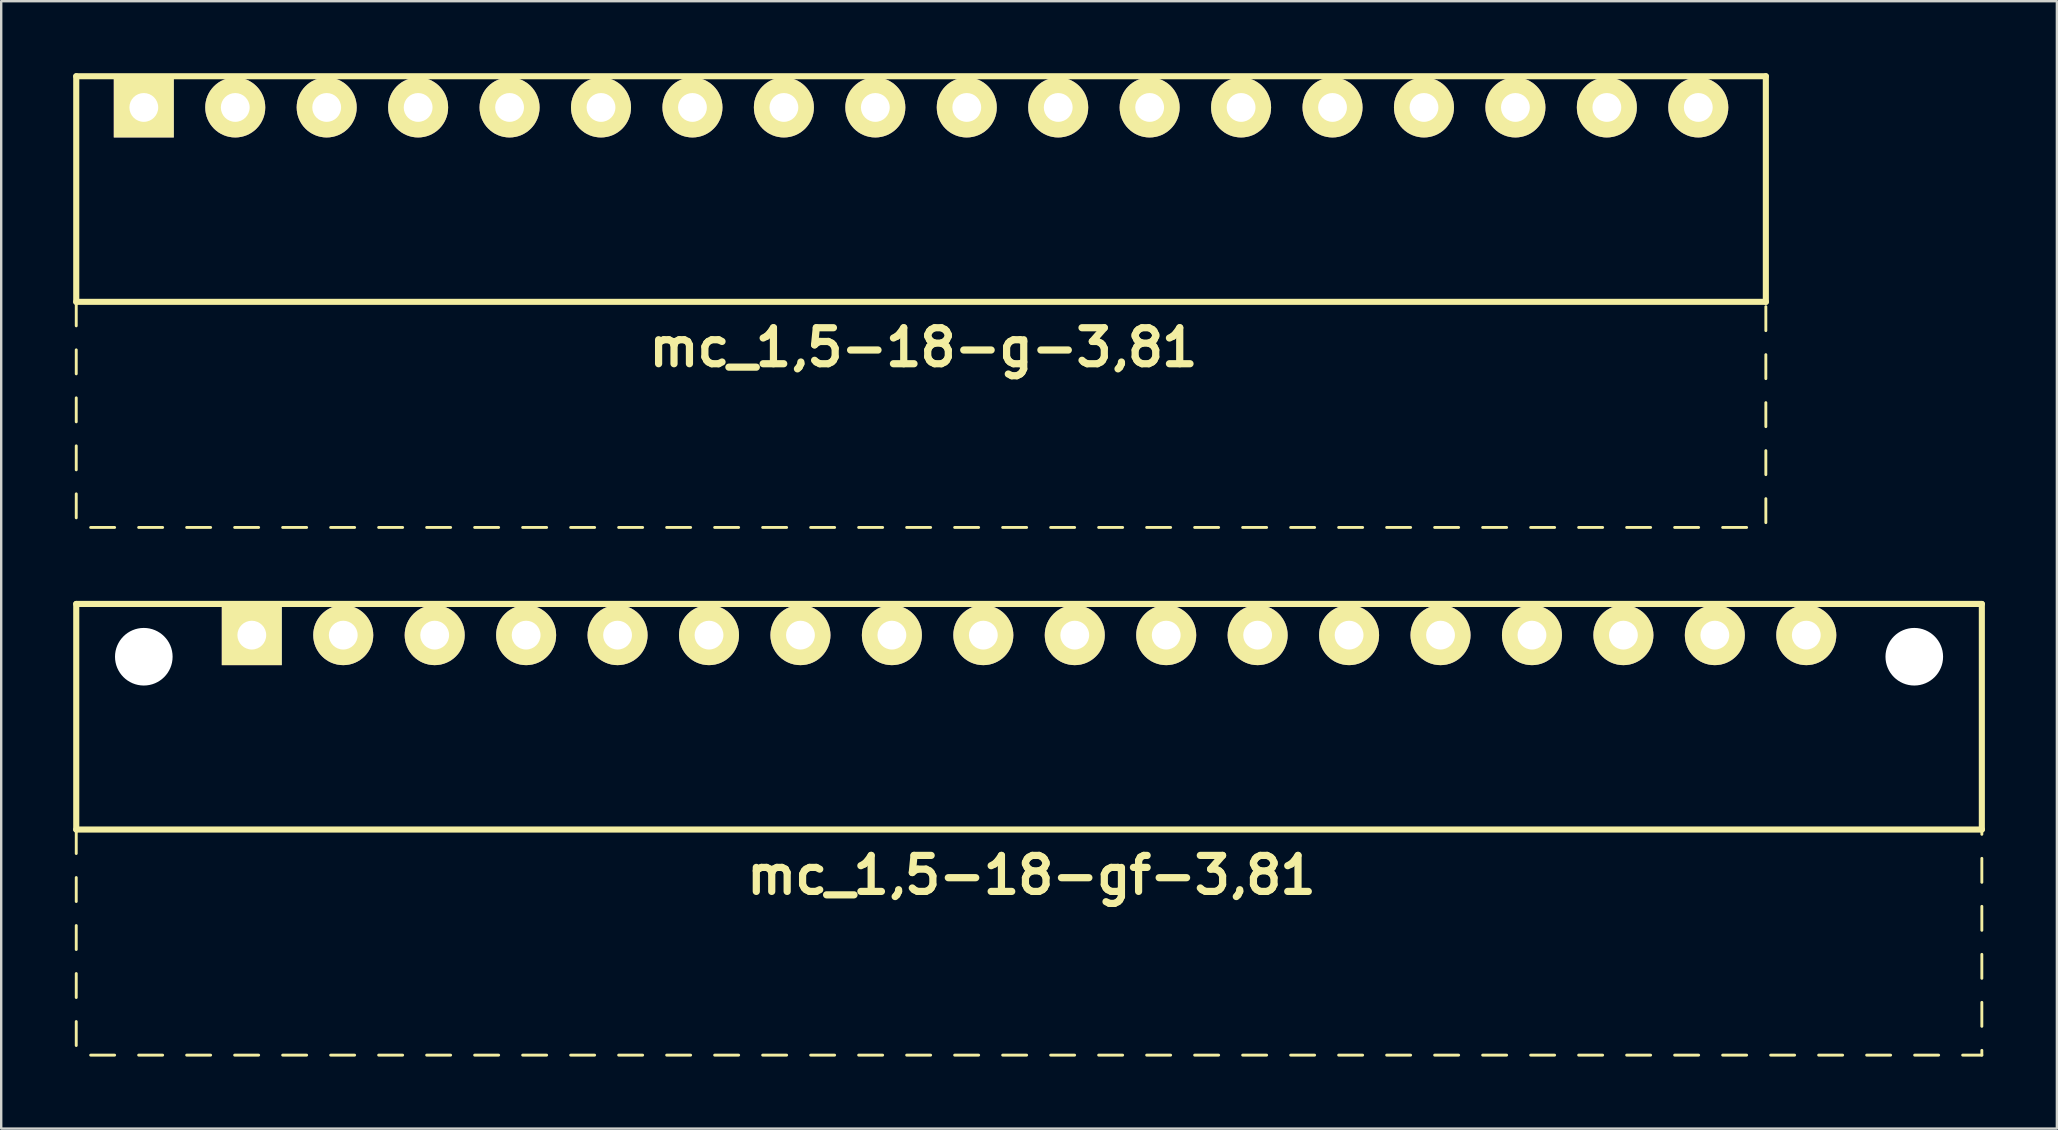
<source format=kicad_pcb>
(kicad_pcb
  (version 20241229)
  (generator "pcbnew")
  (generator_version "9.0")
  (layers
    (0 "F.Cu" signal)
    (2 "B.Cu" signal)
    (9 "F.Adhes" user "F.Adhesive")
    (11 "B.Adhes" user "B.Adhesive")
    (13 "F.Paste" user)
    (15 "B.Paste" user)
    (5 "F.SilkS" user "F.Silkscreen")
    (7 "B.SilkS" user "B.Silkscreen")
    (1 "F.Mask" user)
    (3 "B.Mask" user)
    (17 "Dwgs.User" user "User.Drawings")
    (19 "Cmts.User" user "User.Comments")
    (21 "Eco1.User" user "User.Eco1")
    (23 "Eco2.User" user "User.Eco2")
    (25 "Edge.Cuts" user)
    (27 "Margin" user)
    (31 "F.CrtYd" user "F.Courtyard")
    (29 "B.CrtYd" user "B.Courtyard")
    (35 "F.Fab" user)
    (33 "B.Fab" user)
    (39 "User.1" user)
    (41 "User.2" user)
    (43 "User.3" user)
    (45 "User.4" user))
  (footprint "mc_1,5-18-g-3,81"
    (layer "F.Cu")
    (at 35.327 1.427)
    (property "Reference" "mc_1,5-18-g-3,81" (at 0.1 10 0) (layer "F.SilkS") (effects (font (size 1.5 1.5) (thickness 0.3))))
    (attr through_hole)
    (fp_line (start -35.2 -1.3) (end -35.2 8.1) (stroke (width 0.254) (type solid)) (layer "F.SilkS"))
    (fp_line (start -35.2 -1.3) (end 35.2 -1.3) (stroke (width 0.254) (type solid)) (layer "F.SilkS"))
    (fp_line (start -35.2 8.1) (end -35.2 9.1) (stroke (width 0.12) (type solid)) (layer "F.SilkS"))
    (fp_line (start -35.2 8.1) (end 35.2 8.1) (stroke (width 0.254) (type solid)) (layer "F.SilkS"))
    (fp_line (start -35.2 10.1) (end -35.2 11.1) (stroke (width 0.12) (type solid)) (layer "F.SilkS"))
    (fp_line (start -35.2 12.1) (end -35.2 13.1) (stroke (width 0.12) (type solid)) (layer "F.SilkS"))
    (fp_line (start -35.2 14.1) (end -35.2 15.1) (stroke (width 0.12) (type solid)) (layer "F.SilkS"))
    (fp_line (start -35.2 16.1) (end -35.2 17.1) (stroke (width 0.12) (type solid)) (layer "F.SilkS"))
    (fp_line (start -34.6 17.5) (end -33.6 17.5) (stroke (width 0.12) (type solid)) (layer "F.SilkS"))
    (fp_line (start -32.6 17.5) (end -31.6 17.5) (stroke (width 0.12) (type solid)) (layer "F.SilkS"))
    (fp_line (start -30.6 17.5) (end -29.6 17.5) (stroke (width 0.12) (type solid)) (layer "F.SilkS"))
    (fp_line (start -28.6 17.5) (end -27.6 17.5) (stroke (width 0.12) (type solid)) (layer "F.SilkS"))
    (fp_line (start -26.6 17.5) (end -25.6 17.5) (stroke (width 0.12) (type solid)) (layer "F.SilkS"))
    (fp_line (start -24.6 17.5) (end -23.6 17.5) (stroke (width 0.12) (type solid)) (layer "F.SilkS"))
    (fp_line (start -22.6 17.5) (end -21.6 17.5) (stroke (width 0.12) (type solid)) (layer "F.SilkS"))
    (fp_line (start -20.6 17.5) (end -19.6 17.5) (stroke (width 0.12) (type solid)) (layer "F.SilkS"))
    (fp_line (start -18.6 17.5) (end -17.6 17.5) (stroke (width 0.12) (type solid)) (layer "F.SilkS"))
    (fp_line (start -16.6 17.5) (end -15.6 17.5) (stroke (width 0.12) (type solid)) (layer "F.SilkS"))
    (fp_line (start -14.6 17.5) (end -13.6 17.5) (stroke (width 0.12) (type solid)) (layer "F.SilkS"))
    (fp_line (start -12.6 17.5) (end -11.6 17.5) (stroke (width 0.12) (type solid)) (layer "F.SilkS"))
    (fp_line (start -10.6 17.5) (end -9.6 17.5) (stroke (width 0.12) (type solid)) (layer "F.SilkS"))
    (fp_line (start -8.6 17.5) (end -7.6 17.5) (stroke (width 0.12) (type solid)) (layer "F.SilkS"))
    (fp_line (start -6.6 17.5) (end -5.6 17.5) (stroke (width 0.12) (type solid)) (layer "F.SilkS"))
    (fp_line (start -4.6 17.5) (end -3.6 17.5) (stroke (width 0.12) (type solid)) (layer "F.SilkS"))
    (fp_line (start -2.6 17.5) (end -1.6 17.5) (stroke (width 0.12) (type solid)) (layer "F.SilkS"))
    (fp_line (start -0.6 17.5) (end 0.4 17.5) (stroke (width 0.12) (type solid)) (layer "F.SilkS"))
    (fp_line (start 1.4 17.5) (end 2.4 17.5) (stroke (width 0.12) (type solid)) (layer "F.SilkS"))
    (fp_line (start 3.4 17.5) (end 4.4 17.5) (stroke (width 0.12) (type solid)) (layer "F.SilkS"))
    (fp_line (start 5.4 17.5) (end 6.4 17.5) (stroke (width 0.12) (type solid)) (layer "F.SilkS"))
    (fp_line (start 7.4 17.5) (end 8.4 17.5) (stroke (width 0.12) (type solid)) (layer "F.SilkS"))
    (fp_line (start 9.4 17.5) (end 10.4 17.5) (stroke (width 0.12) (type solid)) (layer "F.SilkS"))
    (fp_line (start 11.4 17.5) (end 12.4 17.5) (stroke (width 0.12) (type solid)) (layer "F.SilkS"))
    (fp_line (start 13.4 17.5) (end 14.4 17.5) (stroke (width 0.12) (type solid)) (layer "F.SilkS"))
    (fp_line (start 15.4 17.5) (end 16.4 17.5) (stroke (width 0.12) (type solid)) (layer "F.SilkS"))
    (fp_line (start 17.4 17.5) (end 18.4 17.5) (stroke (width 0.12) (type solid)) (layer "F.SilkS"))
    (fp_line (start 19.4 17.5) (end 20.4 17.5) (stroke (width 0.12) (type solid)) (layer "F.SilkS"))
    (fp_line (start 21.4 17.5) (end 22.4 17.5) (stroke (width 0.12) (type solid)) (layer "F.SilkS"))
    (fp_line (start 23.4 17.5) (end 24.4 17.5) (stroke (width 0.12) (type solid)) (layer "F.SilkS"))
    (fp_line (start 25.4 17.5) (end 26.4 17.5) (stroke (width 0.12) (type solid)) (layer "F.SilkS"))
    (fp_line (start 27.4 17.5) (end 28.4 17.5) (stroke (width 0.12) (type solid)) (layer "F.SilkS"))
    (fp_line (start 29.4 17.5) (end 30.4 17.5) (stroke (width 0.12) (type solid)) (layer "F.SilkS"))
    (fp_line (start 31.4 17.5) (end 32.4 17.5) (stroke (width 0.12) (type solid)) (layer "F.SilkS"))
    (fp_line (start 33.4 17.5) (end 34.4 17.5) (stroke (width 0.12) (type solid)) (layer "F.SilkS"))
    (fp_line (start 35.2 -1.3) (end 35.2 8.1) (stroke (width 0.254) (type solid)) (layer "F.SilkS"))
    (fp_line (start 35.2 8.3) (end 35.2 9.3) (stroke (width 0.12) (type solid)) (layer "F.SilkS"))
    (fp_line (start 35.2 10.3) (end 35.2 11.3) (stroke (width 0.12) (type solid)) (layer "F.SilkS"))
    (fp_line (start 35.2 12.3) (end 35.2 13.3) (stroke (width 0.12) (type solid)) (layer "F.SilkS"))
    (fp_line (start 35.2 14.3) (end 35.2 15.3) (stroke (width 0.12) (type solid)) (layer "F.SilkS"))
    (fp_line (start 35.2 17.3) (end 35.2 16.3) (stroke (width 0.12) (type solid)) (layer "F.SilkS"))
    (pad "1" thru_hole rect (at -32.385 0) (size 2.5 2.5) (drill 1.2) (layers "*.Cu" "*.Mask" "F.SilkS"))
    (pad "2" thru_hole circle (at -28.575 0) (size 2.5 2.5) (drill 1.2) (layers "*.Cu" "*.Mask" "F.SilkS"))
    (pad "3" thru_hole circle (at -24.765 0) (size 2.5 2.5) (drill 1.2) (layers "*.Cu" "*.Mask" "F.SilkS"))
    (pad "4" thru_hole circle (at -20.955 0) (size 2.5 2.5) (drill 1.2) (layers "*.Cu" "*.Mask" "F.SilkS"))
    (pad "5" thru_hole circle (at -17.145 0) (size 2.5 2.5) (drill 1.2) (layers "*.Cu" "*.Mask" "F.SilkS"))
    (pad "6" thru_hole circle (at -13.335 0) (size 2.5 2.5) (drill 1.2) (layers "*.Cu" "*.Mask" "F.SilkS"))
    (pad "7" thru_hole circle (at -9.525 0) (size 2.5 2.5) (drill 1.2) (layers "*.Cu" "*.Mask" "F.SilkS"))
    (pad "8" thru_hole circle (at -5.715 0) (size 2.5 2.5) (drill 1.2) (layers "*.Cu" "*.Mask" "F.SilkS"))
    (pad "9" thru_hole circle (at -1.905 0) (size 2.5 2.5) (drill 1.2) (layers "*.Cu" "*.Mask" "F.SilkS"))
    (pad "10" thru_hole circle (at 1.905 0) (size 2.5 2.5) (drill 1.2) (layers "*.Cu" "*.Mask" "F.SilkS"))
    (pad "11" thru_hole circle (at 5.715 0) (size 2.5 2.5) (drill 1.2) (layers "*.Cu" "*.Mask" "F.SilkS"))
    (pad "12" thru_hole circle (at 9.525 0) (size 2.5 2.5) (drill 1.2) (layers "*.Cu" "*.Mask" "F.SilkS"))
    (pad "13" thru_hole circle (at 13.335 0) (size 2.5 2.5) (drill 1.2) (layers "*.Cu" "*.Mask" "F.SilkS"))
    (pad "14" thru_hole circle (at 17.145 0) (size 2.5 2.5) (drill 1.2) (layers "*.Cu" "*.Mask" "F.SilkS"))
    (pad "15" thru_hole circle (at 20.955 0) (size 2.5 2.5) (drill 1.2) (layers "*.Cu" "*.Mask" "F.SilkS"))
    (pad "16" thru_hole circle (at 24.765 0) (size 2.5 2.5) (drill 1.2) (layers "*.Cu" "*.Mask" "F.SilkS"))
    (pad "17" thru_hole circle (at 28.575 0) (size 2.5 2.5) (drill 1.2) (layers "*.Cu" "*.Mask" "F.SilkS"))
    (pad "18" thru_hole circle (at 32.385 0) (size 2.5 2.5) (drill 1.2) (layers "*.Cu" "*.Mask" "F.SilkS")))
  (footprint "mc_1,5-18-gf-3,81"
    (layer "F.Cu")
    (at 39.827 23.414)
    (property "Reference" "mc_1,5-18-gf-3,81" (at 0.1 10 0) (layer "F.SilkS") (effects (font (size 1.5 1.5) (thickness 0.3))))
    (attr through_hole)
    (fp_line (start -39.7 -1.3) (end -39.7 8.1) (stroke (width 0.254) (type solid)) (layer "F.SilkS"))
    (fp_line (start -39.7 -1.3) (end 39.7 -1.3) (stroke (width 0.254) (type solid)) (layer "F.SilkS"))
    (fp_line (start -39.7 8.1) (end -39.7 9.1) (stroke (width 0.12) (type solid)) (layer "F.SilkS"))
    (fp_line (start -39.7 8.1) (end 39.7 8.1) (stroke (width 0.254) (type solid)) (layer "F.SilkS"))
    (fp_line (start -39.7 10.1) (end -39.7 11.1) (stroke (width 0.12) (type solid)) (layer "F.SilkS"))
    (fp_line (start -39.7 12.1) (end -39.7 13.1) (stroke (width 0.12) (type solid)) (layer "F.SilkS"))
    (fp_line (start -39.7 14.1) (end -39.7 15.1) (stroke (width 0.12) (type solid)) (layer "F.SilkS"))
    (fp_line (start -39.7 16.1) (end -39.7 17.1) (stroke (width 0.12) (type solid)) (layer "F.SilkS"))
    (fp_line (start -39.1 17.5) (end -38.1 17.5) (stroke (width 0.12) (type solid)) (layer "F.SilkS"))
    (fp_line (start -37.1 17.5) (end -36.1 17.5) (stroke (width 0.12) (type solid)) (layer "F.SilkS"))
    (fp_line (start -35.1 17.5) (end -34.1 17.5) (stroke (width 0.12) (type solid)) (layer "F.SilkS"))
    (fp_line (start -33.1 17.5) (end -32.1 17.5) (stroke (width 0.12) (type solid)) (layer "F.SilkS"))
    (fp_line (start -31.1 17.5) (end -30.1 17.5) (stroke (width 0.12) (type solid)) (layer "F.SilkS"))
    (fp_line (start -29.1 17.5) (end -28.1 17.5) (stroke (width 0.12) (type solid)) (layer "F.SilkS"))
    (fp_line (start -27.1 17.5) (end -26.1 17.5) (stroke (width 0.12) (type solid)) (layer "F.SilkS"))
    (fp_line (start -25.1 17.5) (end -24.1 17.5) (stroke (width 0.12) (type solid)) (layer "F.SilkS"))
    (fp_line (start -23.1 17.5) (end -22.1 17.5) (stroke (width 0.12) (type solid)) (layer "F.SilkS"))
    (fp_line (start -21.1 17.5) (end -20.1 17.5) (stroke (width 0.12) (type solid)) (layer "F.SilkS"))
    (fp_line (start -19.1 17.5) (end -18.1 17.5) (stroke (width 0.12) (type solid)) (layer "F.SilkS"))
    (fp_line (start -17.1 17.5) (end -16.1 17.5) (stroke (width 0.12) (type solid)) (layer "F.SilkS"))
    (fp_line (start -15.1 17.5) (end -14.1 17.5) (stroke (width 0.12) (type solid)) (layer "F.SilkS"))
    (fp_line (start -13.1 17.5) (end -12.1 17.5) (stroke (width 0.12) (type solid)) (layer "F.SilkS"))
    (fp_line (start -11.1 17.5) (end -10.1 17.5) (stroke (width 0.12) (type solid)) (layer "F.SilkS"))
    (fp_line (start -9.1 17.5) (end -8.1 17.5) (stroke (width 0.12) (type solid)) (layer "F.SilkS"))
    (fp_line (start -7.1 17.5) (end -6.1 17.5) (stroke (width 0.12) (type solid)) (layer "F.SilkS"))
    (fp_line (start -5.1 17.5) (end -4.1 17.5) (stroke (width 0.12) (type solid)) (layer "F.SilkS"))
    (fp_line (start -3.1 17.5) (end -2.1 17.5) (stroke (width 0.12) (type solid)) (layer "F.SilkS"))
    (fp_line (start -1.1 17.5) (end -0.1 17.5) (stroke (width 0.12) (type solid)) (layer "F.SilkS"))
    (fp_line (start 0.9 17.5) (end 1.9 17.5) (stroke (width 0.12) (type solid)) (layer "F.SilkS"))
    (fp_line (start 2.9 17.5) (end 3.9 17.5) (stroke (width 0.12) (type solid)) (layer "F.SilkS"))
    (fp_line (start 4.9 17.5) (end 5.9 17.5) (stroke (width 0.12) (type solid)) (layer "F.SilkS"))
    (fp_line (start 6.9 17.5) (end 7.9 17.5) (stroke (width 0.12) (type solid)) (layer "F.SilkS"))
    (fp_line (start 8.9 17.5) (end 9.9 17.5) (stroke (width 0.12) (type solid)) (layer "F.SilkS"))
    (fp_line (start 10.9 17.5) (end 11.9 17.5) (stroke (width 0.12) (type solid)) (layer "F.SilkS"))
    (fp_line (start 12.9 17.5) (end 13.9 17.5) (stroke (width 0.12) (type solid)) (layer "F.SilkS"))
    (fp_line (start 14.9 17.5) (end 15.9 17.5) (stroke (width 0.12) (type solid)) (layer "F.SilkS"))
    (fp_line (start 16.9 17.5) (end 17.9 17.5) (stroke (width 0.12) (type solid)) (layer "F.SilkS"))
    (fp_line (start 18.9 17.5) (end 19.9 17.5) (stroke (width 0.12) (type solid)) (layer "F.SilkS"))
    (fp_line (start 20.9 17.5) (end 21.9 17.5) (stroke (width 0.12) (type solid)) (layer "F.SilkS"))
    (fp_line (start 22.9 17.5) (end 23.9 17.5) (stroke (width 0.12) (type solid)) (layer "F.SilkS"))
    (fp_line (start 24.9 17.5) (end 25.9 17.5) (stroke (width 0.12) (type solid)) (layer "F.SilkS"))
    (fp_line (start 26.9 17.5) (end 27.9 17.5) (stroke (width 0.12) (type solid)) (layer "F.SilkS"))
    (fp_line (start 28.9 17.5) (end 29.9 17.5) (stroke (width 0.12) (type solid)) (layer "F.SilkS"))
    (fp_line (start 30.9 17.5) (end 31.9 17.5) (stroke (width 0.12) (type solid)) (layer "F.SilkS"))
    (fp_line (start 32.9 17.5) (end 33.9 17.5) (stroke (width 0.12) (type solid)) (layer "F.SilkS"))
    (fp_line (start 34.9 17.5) (end 35.9 17.5) (stroke (width 0.12) (type solid)) (layer "F.SilkS"))
    (fp_line (start 36.9 17.5) (end 37.9 17.5) (stroke (width 0.12) (type solid)) (layer "F.SilkS"))
    (fp_line (start 38.9 17.5) (end 39.7 17.5) (stroke (width 0.12) (type solid)) (layer "F.SilkS"))
    (fp_line (start 39.7 -1.3) (end 39.7 8.1) (stroke (width 0.254) (type solid)) (layer "F.SilkS"))
    (fp_line (start 39.7 8.1) (end 39.7 8.3) (stroke (width 0.12) (type solid)) (layer "F.SilkS"))
    (fp_line (start 39.7 9.3) (end 39.7 10.3) (stroke (width 0.12) (type solid)) (layer "F.SilkS"))
    (fp_line (start 39.7 11.3) (end 39.7 12.3) (stroke (width 0.12) (type solid)) (layer "F.SilkS"))
    (fp_line (start 39.7 13.3) (end 39.7 14.3) (stroke (width 0.12) (type solid)) (layer "F.SilkS"))
    (fp_line (start 39.7 15.3) (end 39.7 16.3) (stroke (width 0.12) (type solid)) (layer "F.SilkS"))
    (fp_line (start 39.7 17.5) (end 39.7 17.3) (stroke (width 0.12) (type solid)) (layer "F.SilkS"))
    (pad "" np_thru_hole circle (at -36.885 0.9) (size 2.4 2.4) (drill 2.4) (layers "*.Cu" "*.Mask"))
    (pad "" np_thru_hole circle (at 36.885 0.9) (size 2.4 2.4) (drill 2.4) (layers "*.Cu" "*.Mask"))
    (pad "1" thru_hole rect (at -32.385 0) (size 2.5 2.5) (drill 1.2) (layers "*.Cu" "*.Mask" "F.SilkS"))
    (pad "2" thru_hole circle (at -28.575 0) (size 2.5 2.5) (drill 1.2) (layers "*.Cu" "*.Mask" "F.SilkS"))
    (pad "3" thru_hole circle (at -24.765 0) (size 2.5 2.5) (drill 1.2) (layers "*.Cu" "*.Mask" "F.SilkS"))
    (pad "4" thru_hole circle (at -20.955 0) (size 2.5 2.5) (drill 1.2) (layers "*.Cu" "*.Mask" "F.SilkS"))
    (pad "5" thru_hole circle (at -17.145 0) (size 2.5 2.5) (drill 1.2) (layers "*.Cu" "*.Mask" "F.SilkS"))
    (pad "6" thru_hole circle (at -13.335 0) (size 2.5 2.5) (drill 1.2) (layers "*.Cu" "*.Mask" "F.SilkS"))
    (pad "7" thru_hole circle (at -9.525 0) (size 2.5 2.5) (drill 1.2) (layers "*.Cu" "*.Mask" "F.SilkS"))
    (pad "8" thru_hole circle (at -5.715 0) (size 2.5 2.5) (drill 1.2) (layers "*.Cu" "*.Mask" "F.SilkS"))
    (pad "9" thru_hole circle (at -1.905 0) (size 2.5 2.5) (drill 1.2) (layers "*.Cu" "*.Mask" "F.SilkS"))
    (pad "10" thru_hole circle (at 1.905 0) (size 2.5 2.5) (drill 1.2) (layers "*.Cu" "*.Mask" "F.SilkS"))
    (pad "11" thru_hole circle (at 5.715 0) (size 2.5 2.5) (drill 1.2) (layers "*.Cu" "*.Mask" "F.SilkS"))
    (pad "12" thru_hole circle (at 9.525 0) (size 2.5 2.5) (drill 1.2) (layers "*.Cu" "*.Mask" "F.SilkS"))
    (pad "13" thru_hole circle (at 13.335 0) (size 2.5 2.5) (drill 1.2) (layers "*.Cu" "*.Mask" "F.SilkS"))
    (pad "14" thru_hole circle (at 17.145 0) (size 2.5 2.5) (drill 1.2) (layers "*.Cu" "*.Mask" "F.SilkS"))
    (pad "15" thru_hole circle (at 20.955 0) (size 2.5 2.5) (drill 1.2) (layers "*.Cu" "*.Mask" "F.SilkS"))
    (pad "16" thru_hole circle (at 24.765 0) (size 2.5 2.5) (drill 1.2) (layers "*.Cu" "*.Mask" "F.SilkS"))
    (pad "17" thru_hole circle (at 28.575 0) (size 2.5 2.5) (drill 1.2) (layers "*.Cu" "*.Mask" "F.SilkS"))
    (pad "18" thru_hole circle (at 32.385 0) (size 2.5 2.5) (drill 1.2) (layers "*.Cu" "*.Mask" "F.SilkS")))
  (gr_rect
    (start -3 -3)
    (end 82.654 43.974)
    (stroke (width 0.1) (type default))
    (fill no)
    (layer "Edge.Cuts")))
</source>
